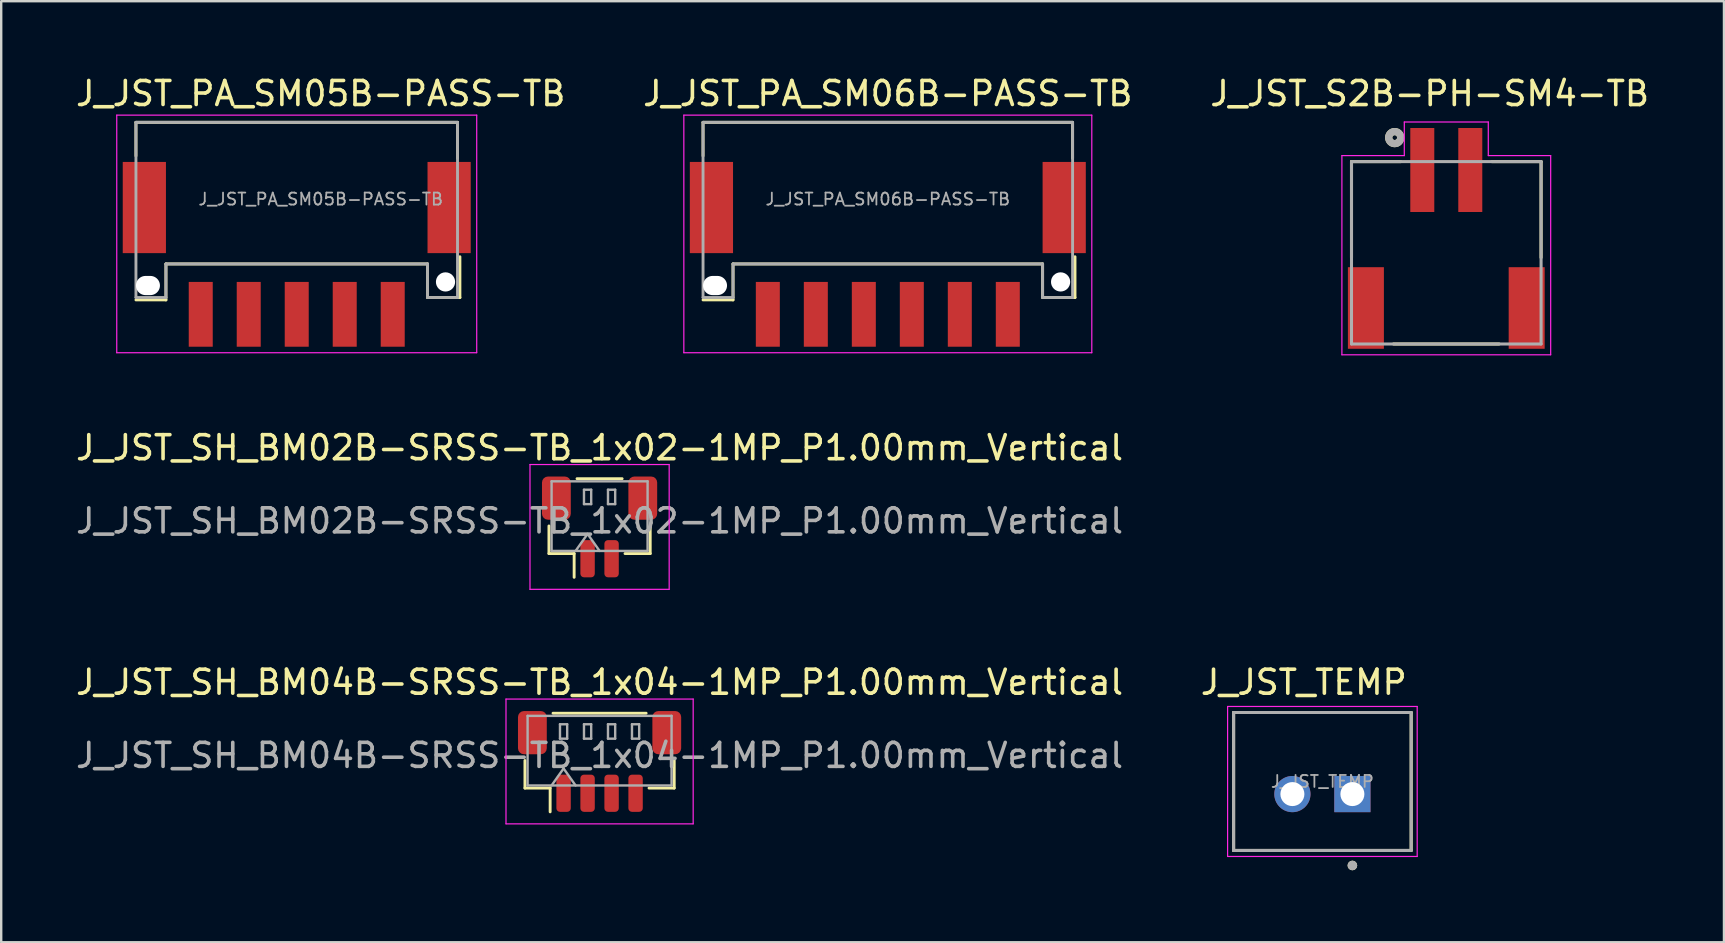
<source format=kicad_pcb>
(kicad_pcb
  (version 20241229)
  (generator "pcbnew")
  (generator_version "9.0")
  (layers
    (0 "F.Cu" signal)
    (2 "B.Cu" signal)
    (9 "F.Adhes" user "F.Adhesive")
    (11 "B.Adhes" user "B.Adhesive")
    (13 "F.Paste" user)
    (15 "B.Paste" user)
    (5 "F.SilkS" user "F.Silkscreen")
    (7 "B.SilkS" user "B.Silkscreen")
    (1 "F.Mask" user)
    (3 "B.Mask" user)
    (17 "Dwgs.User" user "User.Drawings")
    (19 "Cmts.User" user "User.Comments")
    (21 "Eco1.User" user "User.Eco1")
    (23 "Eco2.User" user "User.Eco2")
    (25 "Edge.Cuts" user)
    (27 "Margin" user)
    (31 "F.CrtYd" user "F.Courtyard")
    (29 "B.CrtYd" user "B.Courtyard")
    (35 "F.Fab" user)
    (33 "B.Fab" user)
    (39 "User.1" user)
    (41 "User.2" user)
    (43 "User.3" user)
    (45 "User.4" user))
  (footprint "J_JST_SH_BM02B-SRSS-TB_1x02-1MP_P1.00mm_Vertical"
    (layer "F.Cu")
    (at 21.935 18.907)
    (property "Reference" "J_JST_SH_BM02B-SRSS-TB_1x02-1MP_P1.00mm_Vertical" (at 0 -3.3 0) (layer "F.SilkS") (effects (font (size 1 1) (thickness 0.15))))
    (attr smd)
    (fp_line (start -2.11 -0.04) (end -2.11 1.11) (stroke (width 0.12) (type solid)) (layer "F.SilkS"))
    (fp_line (start -2.11 1.11) (end -1.06 1.11) (stroke (width 0.12) (type solid)) (layer "F.SilkS"))
    (fp_line (start -1.06 1.11) (end -1.06 2.1) (stroke (width 0.12) (type solid)) (layer "F.SilkS"))
    (fp_line (start -0.94 -2.01) (end 0.94 -2.01) (stroke (width 0.12) (type solid)) (layer "F.SilkS"))
    (fp_line (start 2.11 -0.04) (end 2.11 1.11) (stroke (width 0.12) (type solid)) (layer "F.SilkS"))
    (fp_line (start 2.11 1.11) (end 1.06 1.11) (stroke (width 0.12) (type solid)) (layer "F.SilkS"))
    (fp_line (start -2.9 -2.6) (end -2.9 2.6) (stroke (width 0.05) (type solid)) (layer "F.CrtYd"))
    (fp_line (start -2.9 2.6) (end 2.9 2.6) (stroke (width 0.05) (type solid)) (layer "F.CrtYd"))
    (fp_line (start 2.9 -2.6) (end -2.9 -2.6) (stroke (width 0.05) (type solid)) (layer "F.CrtYd"))
    (fp_line (start 2.9 2.6) (end 2.9 -2.6) (stroke (width 0.05) (type solid)) (layer "F.CrtYd"))
    (fp_line (start -2 -1.9) (end 2 -1.9) (stroke (width 0.1) (type solid)) (layer "F.Fab"))
    (fp_line (start -2 1) (end -2 -1.9) (stroke (width 0.1) (type solid)) (layer "F.Fab"))
    (fp_line (start -2 1) (end 2 1) (stroke (width 0.1) (type solid)) (layer "F.Fab"))
    (fp_line (start -1 1) (end -0.5 0.293) (stroke (width 0.1) (type solid)) (layer "F.Fab"))
    (fp_line (start -0.65 -1.55) (end -0.65 -0.95) (stroke (width 0.1) (type solid)) (layer "F.Fab"))
    (fp_line (start -0.65 -0.95) (end -0.35 -0.95) (stroke (width 0.1) (type solid)) (layer "F.Fab"))
    (fp_line (start -0.5 0.293) (end 0 1) (stroke (width 0.1) (type solid)) (layer "F.Fab"))
    (fp_line (start -0.35 -1.55) (end -0.65 -1.55) (stroke (width 0.1) (type solid)) (layer "F.Fab"))
    (fp_line (start -0.35 -0.95) (end -0.35 -1.55) (stroke (width 0.1) (type solid)) (layer "F.Fab"))
    (fp_line (start 0.35 -1.55) (end 0.35 -0.95) (stroke (width 0.1) (type solid)) (layer "F.Fab"))
    (fp_line (start 0.35 -0.95) (end 0.65 -0.95) (stroke (width 0.1) (type solid)) (layer "F.Fab"))
    (fp_line (start 0.65 -1.55) (end 0.35 -1.55) (stroke (width 0.1) (type solid)) (layer "F.Fab"))
    (fp_line (start 0.65 -0.95) (end 0.65 -1.55) (stroke (width 0.1) (type solid)) (layer "F.Fab"))
    (fp_line (start 2 1) (end 2 -1.9) (stroke (width 0.1) (type solid)) (layer "F.Fab"))
    (fp_text user "${REFERENCE}" (at 0 -0.25 0) (layer "F.Fab") (effects (font (size 1 1) (thickness 0.15))))
    (pad "1" smd roundrect (at -0.5 1.325) (size 0.6 1.55) (layers "F.Cu" "F.Mask" "F.Paste") (roundrect_rratio 0.25))
    (pad "2" smd roundrect (at 0.5 1.325) (size 0.6 1.55) (layers "F.Cu" "F.Mask" "F.Paste") (roundrect_rratio 0.25))
    (pad "MP" smd roundrect (at -1.8 -1.2) (size 1.2 1.8) (layers "F.Cu" "F.Mask" "F.Paste") (roundrect_rratio 0.208))
    (pad "MP" smd roundrect (at 1.8 -1.2) (size 1.2 1.8) (layers "F.Cu" "F.Mask" "F.Paste") (roundrect_rratio 0.208)))
  (footprint "J_JST_S2B-PH-SM4-TB"
    (layer "F.Cu")
    (at 57.218 7.134)
    (property "Reference" "J_JST_S2B-PH-SM4-TB" (at -0.692 -6.284 0) (layer "F.SilkS") (effects (font (size 1.002 1.002) (thickness 0.15))))
    (attr smd)
    (fp_line (start -3.95 -3.45) (end -3.95 0.55) (stroke (width 0.127) (type solid)) (layer "F.SilkS"))
    (fp_line (start -2.2 4.15) (end 2.2 4.15) (stroke (width 0.127) (type solid)) (layer "F.SilkS"))
    (fp_line (start -1.9 -3.45) (end -3.95 -3.45) (stroke (width 0.127) (type solid)) (layer "F.SilkS"))
    (fp_line (start 3.95 -3.45) (end 1.9 -3.45) (stroke (width 0.127) (type solid)) (layer "F.SilkS"))
    (fp_line (start 3.95 0.55) (end 3.95 -3.45) (stroke (width 0.127) (type solid)) (layer "F.SilkS"))
    (fp_circle (center -2.15 -4.45) (end -2.05 -4.45) (stroke (width 0.3) (type solid)) (fill no) (layer "F.SilkS"))
    (fp_line (start -4.35 -3.7) (end -1.75 -3.7) (stroke (width 0.05) (type solid)) (layer "F.CrtYd"))
    (fp_line (start -4.35 4.6) (end -4.35 -3.7) (stroke (width 0.05) (type solid)) (layer "F.CrtYd"))
    (fp_line (start -1.75 -5.1) (end 1.75 -5.1) (stroke (width 0.05) (type solid)) (layer "F.CrtYd"))
    (fp_line (start -1.75 -3.7) (end -1.75 -5.1) (stroke (width 0.05) (type solid)) (layer "F.CrtYd"))
    (fp_line (start 1.75 -5.1) (end 1.75 -3.7) (stroke (width 0.05) (type solid)) (layer "F.CrtYd"))
    (fp_line (start 1.75 -3.7) (end 4.35 -3.7) (stroke (width 0.05) (type solid)) (layer "F.CrtYd"))
    (fp_line (start 4.35 -3.7) (end 4.35 4.6) (stroke (width 0.05) (type solid)) (layer "F.CrtYd"))
    (fp_line (start 4.35 4.6) (end -4.35 4.6) (stroke (width 0.05) (type solid)) (layer "F.CrtYd"))
    (fp_line (start -3.95 -3.45) (end 3.95 -3.45) (stroke (width 0.127) (type solid)) (layer "F.Fab"))
    (fp_line (start -3.95 4.15) (end -3.95 -3.45) (stroke (width 0.127) (type solid)) (layer "F.Fab"))
    (fp_line (start 3.95 -3.45) (end 3.95 4.15) (stroke (width 0.127) (type solid)) (layer "F.Fab"))
    (fp_line (start 3.95 4.15) (end -3.95 4.15) (stroke (width 0.127) (type solid)) (layer "F.Fab"))
    (fp_circle (center -2.15 -4.45) (end -2.05 -4.45) (stroke (width 0.3) (type solid)) (fill no) (layer "F.Fab"))
    (pad "1" smd rect (at -1 -3.1 180) (size 1 3.5) (layers "F.Cu" "F.Mask" "F.Paste"))
    (pad "2" smd rect (at 1 -3.1 180) (size 1 3.5) (layers "F.Cu" "F.Mask" "F.Paste"))
    (pad "3" smd rect (at -3.35 2.65 180) (size 1.5 3.4) (layers "F.Cu" "F.Mask" "F.Paste"))
    (pad "4" smd rect (at 3.35 2.65 180) (size 1.5 3.4) (layers "F.Cu" "F.Mask" "F.Paste")))
  (footprint "J_JST_SH_BM04B-SRSS-TB_1x04-1MP_P1.00mm_Vertical"
    (layer "F.Cu")
    (at 21.935 28.68)
    (property "Reference" "J_JST_SH_BM04B-SRSS-TB_1x04-1MP_P1.00mm_Vertical" (at 0 -3.3 0) (layer "F.SilkS") (effects (font (size 1 1) (thickness 0.15))))
    (attr smd)
    (fp_line (start -3.11 -0.04) (end -3.11 1.11) (stroke (width 0.12) (type solid)) (layer "F.SilkS"))
    (fp_line (start -3.11 1.11) (end -2.06 1.11) (stroke (width 0.12) (type solid)) (layer "F.SilkS"))
    (fp_line (start -2.06 1.11) (end -2.06 2.1) (stroke (width 0.12) (type solid)) (layer "F.SilkS"))
    (fp_line (start -1.94 -2.01) (end 1.94 -2.01) (stroke (width 0.12) (type solid)) (layer "F.SilkS"))
    (fp_line (start 3.11 -0.04) (end 3.11 1.11) (stroke (width 0.12) (type solid)) (layer "F.SilkS"))
    (fp_line (start 3.11 1.11) (end 2.06 1.11) (stroke (width 0.12) (type solid)) (layer "F.SilkS"))
    (fp_line (start -3.9 -2.6) (end -3.9 2.6) (stroke (width 0.05) (type solid)) (layer "F.CrtYd"))
    (fp_line (start -3.9 2.6) (end 3.9 2.6) (stroke (width 0.05) (type solid)) (layer "F.CrtYd"))
    (fp_line (start 3.9 -2.6) (end -3.9 -2.6) (stroke (width 0.05) (type solid)) (layer "F.CrtYd"))
    (fp_line (start 3.9 2.6) (end 3.9 -2.6) (stroke (width 0.05) (type solid)) (layer "F.CrtYd"))
    (fp_line (start -3 -1.9) (end 3 -1.9) (stroke (width 0.1) (type solid)) (layer "F.Fab"))
    (fp_line (start -3 1) (end -3 -1.9) (stroke (width 0.1) (type solid)) (layer "F.Fab"))
    (fp_line (start -3 1) (end 3 1) (stroke (width 0.1) (type solid)) (layer "F.Fab"))
    (fp_line (start -2 1) (end -1.5 0.293) (stroke (width 0.1) (type solid)) (layer "F.Fab"))
    (fp_line (start -1.65 -1.55) (end -1.65 -0.95) (stroke (width 0.1) (type solid)) (layer "F.Fab"))
    (fp_line (start -1.65 -0.95) (end -1.35 -0.95) (stroke (width 0.1) (type solid)) (layer "F.Fab"))
    (fp_line (start -1.5 0.293) (end -1 1) (stroke (width 0.1) (type solid)) (layer "F.Fab"))
    (fp_line (start -1.35 -1.55) (end -1.65 -1.55) (stroke (width 0.1) (type solid)) (layer "F.Fab"))
    (fp_line (start -1.35 -0.95) (end -1.35 -1.55) (stroke (width 0.1) (type solid)) (layer "F.Fab"))
    (fp_line (start -0.65 -1.55) (end -0.65 -0.95) (stroke (width 0.1) (type solid)) (layer "F.Fab"))
    (fp_line (start -0.65 -0.95) (end -0.35 -0.95) (stroke (width 0.1) (type solid)) (layer "F.Fab"))
    (fp_line (start -0.35 -1.55) (end -0.65 -1.55) (stroke (width 0.1) (type solid)) (layer "F.Fab"))
    (fp_line (start -0.35 -0.95) (end -0.35 -1.55) (stroke (width 0.1) (type solid)) (layer "F.Fab"))
    (fp_line (start 0.35 -1.55) (end 0.35 -0.95) (stroke (width 0.1) (type solid)) (layer "F.Fab"))
    (fp_line (start 0.35 -0.95) (end 0.65 -0.95) (stroke (width 0.1) (type solid)) (layer "F.Fab"))
    (fp_line (start 0.65 -1.55) (end 0.35 -1.55) (stroke (width 0.1) (type solid)) (layer "F.Fab"))
    (fp_line (start 0.65 -0.95) (end 0.65 -1.55) (stroke (width 0.1) (type solid)) (layer "F.Fab"))
    (fp_line (start 1.35 -1.55) (end 1.35 -0.95) (stroke (width 0.1) (type solid)) (layer "F.Fab"))
    (fp_line (start 1.35 -0.95) (end 1.65 -0.95) (stroke (width 0.1) (type solid)) (layer "F.Fab"))
    (fp_line (start 1.65 -1.55) (end 1.35 -1.55) (stroke (width 0.1) (type solid)) (layer "F.Fab"))
    (fp_line (start 1.65 -0.95) (end 1.65 -1.55) (stroke (width 0.1) (type solid)) (layer "F.Fab"))
    (fp_line (start 3 1) (end 3 -1.9) (stroke (width 0.1) (type solid)) (layer "F.Fab"))
    (fp_text user "${REFERENCE}" (at 0 -0.25 0) (layer "F.Fab") (effects (font (size 1 1) (thickness 0.15))))
    (pad "1" smd roundrect (at -1.5 1.325) (size 0.6 1.55) (layers "F.Cu" "F.Mask" "F.Paste") (roundrect_rratio 0.25))
    (pad "2" smd roundrect (at -0.5 1.325) (size 0.6 1.55) (layers "F.Cu" "F.Mask" "F.Paste") (roundrect_rratio 0.25))
    (pad "3" smd roundrect (at 0.5 1.325) (size 0.6 1.55) (layers "F.Cu" "F.Mask" "F.Paste") (roundrect_rratio 0.25))
    (pad "4" smd roundrect (at 1.5 1.325) (size 0.6 1.55) (layers "F.Cu" "F.Mask" "F.Paste") (roundrect_rratio 0.25))
    (pad "MP" smd roundrect (at -2.8 -1.2) (size 1.2 1.8) (layers "F.Cu" "F.Mask" "F.Paste") (roundrect_rratio 0.208))
    (pad "MP" smd roundrect (at 2.8 -1.2) (size 1.2 1.8) (layers "F.Cu" "F.Mask" "F.Paste") (roundrect_rratio 0.208)))
  (footprint "J_JST_PA_SM05B-PASS-TB"
    (layer "F.Cu")
    (at 9.315 8.648)
    (property "Reference" "J_JST_PA_SM05B-PASS-TB" (at 1 -7.8 0) (unlocked yes) (layer "F.SilkS") (effects (font (size 1 1) (thickness 0.15))))
    (attr smd)
    (fp_line (start -6.7 -5.2) (end -6.7 -6.6) (stroke (width 0.12) (type solid)) (layer "F.SilkS"))
    (fp_line (start -6.7 0.8) (end -5.45 0.8) (stroke (width 0.12) (type solid)) (layer "F.SilkS"))
    (fp_line (start -5.45 -0.7) (end 5.45 -0.7) (stroke (width 0.12) (type solid)) (layer "F.SilkS"))
    (fp_line (start -5.45 0.8) (end -5.45 -0.7) (stroke (width 0.12) (type solid)) (layer "F.SilkS"))
    (fp_line (start 5.45 0.7) (end 5.45 -0.7) (stroke (width 0.12) (type solid)) (layer "F.SilkS"))
    (fp_line (start 5.45 0.7) (end 6.8 0.7) (stroke (width 0.12) (type solid)) (layer "F.SilkS"))
    (fp_line (start 6.7 -6.6) (end -6.7 -6.6) (stroke (width 0.12) (type solid)) (layer "F.SilkS"))
    (fp_line (start 6.7 -5.1) (end 6.7 -6.6) (stroke (width 0.12) (type solid)) (layer "F.SilkS"))
    (fp_line (start 6.8 0.7) (end 6.8 -1) (stroke (width 0.12) (type solid)) (layer "F.SilkS"))
    (fp_line (start -7.5 3) (end -7.5 -6.9) (stroke (width 0.05) (type solid)) (layer "F.CrtYd"))
    (fp_line (start -7.5 3) (end 7.5 3) (stroke (width 0.05) (type solid)) (layer "F.CrtYd"))
    (fp_line (start 7.5 -6.9) (end -7.5 -6.9) (stroke (width 0.05) (type solid)) (layer "F.CrtYd"))
    (fp_line (start 7.5 -6.9) (end 7.5 3) (stroke (width 0.05) (type solid)) (layer "F.CrtYd"))
    (fp_line (start -6.7 -6.6) (end -6.7 0.7) (stroke (width 0.12) (type solid)) (layer "F.Fab"))
    (fp_line (start -6.7 0.7) (end -5.45 0.7) (stroke (width 0.12) (type solid)) (layer "F.Fab"))
    (fp_line (start -5.45 -0.7) (end -5.45 0.7) (stroke (width 0.12) (type solid)) (layer "F.Fab"))
    (fp_line (start -5.45 -0.7) (end 5.45 -0.7) (stroke (width 0.12) (type solid)) (layer "F.Fab"))
    (fp_line (start 5.45 0.7) (end 5.45 -0.7) (stroke (width 0.12) (type solid)) (layer "F.Fab"))
    (fp_line (start 5.45 0.7) (end 6.7 0.7) (stroke (width 0.12) (type solid)) (layer "F.Fab"))
    (fp_line (start 6.7 -6.6) (end -6.7 -6.6) (stroke (width 0.12) (type solid)) (layer "F.Fab"))
    (fp_line (start 6.7 0.7) (end 6.7 -6.6) (stroke (width 0.12) (type solid)) (layer "F.Fab"))
    (fp_text user "${REFERENCE}" (at 1 -3.4 180) (layer "F.Fab") (effects (font (size 0.5 0.5) (thickness 0.075))))
    (pad "" np_thru_hole oval (at -6.2 0.2) (size 1 0.8) (drill oval 1 0.8) (layers "*.Cu" "*.Mask"))
    (pad "" np_thru_hole circle (at 6.2 0.05) (size 0.8 0.8) (drill 0.8) (layers "*.Cu" "*.Mask"))
    (pad "1" smd rect (at -4 1.4 180) (size 1 2.7) (layers "F.Cu" "F.Mask" "F.Paste"))
    (pad "2" smd rect (at -2 1.4 180) (size 1 2.7) (layers "F.Cu" "F.Mask" "F.Paste"))
    (pad "3" smd rect (at 0 1.4 180) (size 1 2.7) (layers "F.Cu" "F.Mask" "F.Paste"))
    (pad "4" smd rect (at 2 1.4 180) (size 1 2.7) (layers "F.Cu" "F.Mask" "F.Paste"))
    (pad "5" smd rect (at 4 1.4 180) (size 1 2.7) (layers "F.Cu" "F.Mask" "F.Paste"))
    (pad "6" smd rect (at -6.35 -3.05 180) (size 1.8 3.8) (layers "F.Cu" "F.Mask" "F.Paste"))
    (pad "7" smd rect (at 6.35 -3.05 180) (size 1.8 3.8) (layers "F.Cu" "F.Mask" "F.Paste")))
  (footprint "J_JST_PA_SM06B-PASS-TB"
    (layer "F.Cu")
    (at 33.946 8.648)
    (property "Reference" "J_JST_PA_SM06B-PASS-TB" (at 0 -7.8 0) (unlocked yes) (layer "F.SilkS") (effects (font (size 1 1) (thickness 0.15))))
    (attr smd)
    (fp_line (start -7.7 -5.2) (end -7.7 -6.6) (stroke (width 0.12) (type solid)) (layer "F.SilkS"))
    (fp_line (start -7.7 0.8) (end -6.45 0.8) (stroke (width 0.12) (type solid)) (layer "F.SilkS"))
    (fp_line (start -6.45 -0.7) (end 6.45 -0.7) (stroke (width 0.12) (type solid)) (layer "F.SilkS"))
    (fp_line (start -6.45 0.8) (end -6.45 -0.7) (stroke (width 0.12) (type solid)) (layer "F.SilkS"))
    (fp_line (start 6.45 0.7) (end 6.45 -0.7) (stroke (width 0.12) (type solid)) (layer "F.SilkS"))
    (fp_line (start 6.45 0.7) (end 7.8 0.7) (stroke (width 0.12) (type solid)) (layer "F.SilkS"))
    (fp_line (start 7.7 -6.6) (end -7.7 -6.6) (stroke (width 0.12) (type solid)) (layer "F.SilkS"))
    (fp_line (start 7.7 -5.1) (end 7.7 -6.6) (stroke (width 0.12) (type solid)) (layer "F.SilkS"))
    (fp_line (start 7.8 0.7) (end 7.8 -1) (stroke (width 0.12) (type solid)) (layer "F.SilkS"))
    (fp_line (start -8.5 3) (end -8.5 -6.9) (stroke (width 0.05) (type solid)) (layer "F.CrtYd"))
    (fp_line (start -8.5 3) (end 8.5 3) (stroke (width 0.05) (type solid)) (layer "F.CrtYd"))
    (fp_line (start 8.5 -6.9) (end -8.5 -6.9) (stroke (width 0.05) (type solid)) (layer "F.CrtYd"))
    (fp_line (start 8.5 -6.9) (end 8.5 3) (stroke (width 0.05) (type solid)) (layer "F.CrtYd"))
    (fp_line (start -7.7 -6.6) (end -7.7 0.7) (stroke (width 0.12) (type solid)) (layer "F.Fab"))
    (fp_line (start -7.7 0.7) (end -6.45 0.7) (stroke (width 0.12) (type solid)) (layer "F.Fab"))
    (fp_line (start -6.45 -0.7) (end -6.45 0.7) (stroke (width 0.12) (type solid)) (layer "F.Fab"))
    (fp_line (start -6.45 -0.7) (end 6.45 -0.7) (stroke (width 0.12) (type solid)) (layer "F.Fab"))
    (fp_line (start 6.45 0.7) (end 6.45 -0.7) (stroke (width 0.12) (type solid)) (layer "F.Fab"))
    (fp_line (start 6.45 0.7) (end 7.7 0.7) (stroke (width 0.12) (type solid)) (layer "F.Fab"))
    (fp_line (start 7.7 -6.6) (end -7.7 -6.6) (stroke (width 0.12) (type solid)) (layer "F.Fab"))
    (fp_line (start 7.7 0.7) (end 7.7 -6.6) (stroke (width 0.12) (type solid)) (layer "F.Fab"))
    (fp_text user "${REFERENCE}" (at 0 -3.4 180) (layer "F.Fab") (effects (font (size 0.5 0.5) (thickness 0.075))))
    (pad "" np_thru_hole oval (at -7.2 0.2) (size 1 0.8) (drill oval 1 0.8) (layers "*.Cu" "*.Mask"))
    (pad "" np_thru_hole circle (at 7.2 0.05) (size 0.8 0.8) (drill 0.8) (layers "*.Cu" "*.Mask"))
    (pad "1" smd rect (at -5 1.4 180) (size 1 2.7) (layers "F.Cu" "F.Mask" "F.Paste"))
    (pad "2" smd rect (at -3 1.4 180) (size 1 2.7) (layers "F.Cu" "F.Mask" "F.Paste"))
    (pad "3" smd rect (at -1 1.4 180) (size 1 2.7) (layers "F.Cu" "F.Mask" "F.Paste"))
    (pad "4" smd rect (at 1 1.4 180) (size 1 2.7) (layers "F.Cu" "F.Mask" "F.Paste"))
    (pad "5" smd rect (at 3 1.4 180) (size 1 2.7) (layers "F.Cu" "F.Mask" "F.Paste"))
    (pad "6" smd rect (at 5 1.4 180) (size 1 2.7) (layers "F.Cu" "F.Mask" "F.Paste"))
    (pad "7" smd rect (at -7.35 -3.05 180) (size 1.8 3.8) (layers "F.Cu" "F.Mask" "F.Paste"))
    (pad "8" smd rect (at 7.35 -3.05 180) (size 1.8 3.8) (layers "F.Cu" "F.Mask" "F.Paste")))
  (footprint "J_JST_TEMP"
    (layer "F.Cu")
    (at 52.055 29.515)
    (property "Reference" "J_JST_TEMP" (at -0.775 -4.135 0) (layer "F.SilkS") (effects (font (size 1 1) (thickness 0.15))))
    (attr through_hole)
    (fp_line (start -3.7 -2.875) (end 3.7 -2.875) (stroke (width 0.127) (type solid)) (layer "F.SilkS"))
    (fp_line (start -3.7 2.875) (end -3.7 -2.875) (stroke (width 0.127) (type solid)) (layer "F.SilkS"))
    (fp_line (start 3.7 -2.875) (end 3.7 2.875) (stroke (width 0.127) (type solid)) (layer "F.SilkS"))
    (fp_line (start 3.7 2.875) (end -3.7 2.875) (stroke (width 0.127) (type solid)) (layer "F.SilkS"))
    (fp_circle (center 1.25 3.5) (end 1.35 3.5) (stroke (width 0.2) (type solid)) (fill no) (layer "F.SilkS"))
    (fp_line (start -3.95 -3.125) (end 3.95 -3.125) (stroke (width 0.05) (type solid)) (layer "F.CrtYd"))
    (fp_line (start -3.95 3.125) (end -3.95 -3.125) (stroke (width 0.05) (type solid)) (layer "F.CrtYd"))
    (fp_line (start 3.95 -3.125) (end 3.95 3.125) (stroke (width 0.05) (type solid)) (layer "F.CrtYd"))
    (fp_line (start 3.95 3.125) (end -3.95 3.125) (stroke (width 0.05) (type solid)) (layer "F.CrtYd"))
    (fp_line (start -3.7 -2.875) (end 3.7 -2.875) (stroke (width 0.127) (type solid)) (layer "F.Fab"))
    (fp_line (start -3.7 2.875) (end -3.7 -2.875) (stroke (width 0.127) (type solid)) (layer "F.Fab"))
    (fp_line (start 3.7 -2.875) (end 3.7 2.875) (stroke (width 0.127) (type solid)) (layer "F.Fab"))
    (fp_line (start 3.7 2.875) (end -3.7 2.875) (stroke (width 0.127) (type solid)) (layer "F.Fab"))
    (fp_circle (center 1.25 3.5) (end 1.35 3.5) (stroke (width 0.2) (type solid)) (fill no) (layer "F.Fab"))
    (fp_text user "${REFERENCE}" (at 0 0 0) (layer "F.Fab") (effects (font (size 0.5 0.5) (thickness 0.075))))
    (pad "1" thru_hole rect (at 1.25 0.525) (size 1.508 1.508) (drill 1) (layers "*.Cu" "*.Mask"))
    (pad "2" thru_hole circle (at -1.25 0.525) (size 1.508 1.508) (drill 1) (layers "*.Cu" "*.Mask")))
  (gr_rect
    (start -3 -3)
    (end 68.789 36.215)
    (stroke (width 0.1) (type default))
    (fill no)
    (layer "Edge.Cuts")))
</source>
